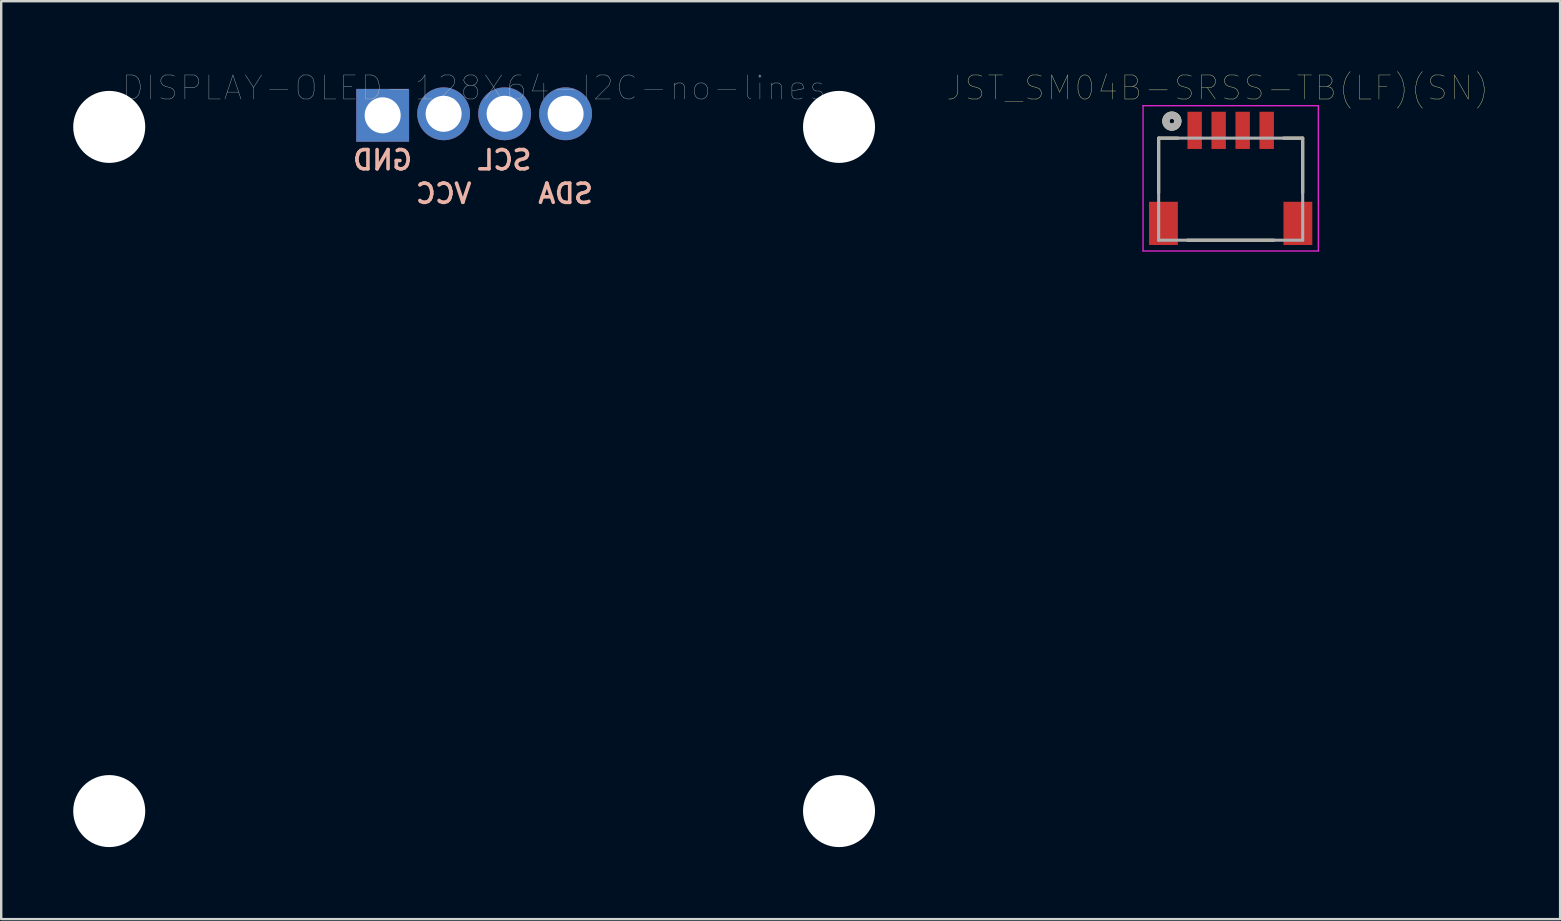
<source format=kicad_pcb>
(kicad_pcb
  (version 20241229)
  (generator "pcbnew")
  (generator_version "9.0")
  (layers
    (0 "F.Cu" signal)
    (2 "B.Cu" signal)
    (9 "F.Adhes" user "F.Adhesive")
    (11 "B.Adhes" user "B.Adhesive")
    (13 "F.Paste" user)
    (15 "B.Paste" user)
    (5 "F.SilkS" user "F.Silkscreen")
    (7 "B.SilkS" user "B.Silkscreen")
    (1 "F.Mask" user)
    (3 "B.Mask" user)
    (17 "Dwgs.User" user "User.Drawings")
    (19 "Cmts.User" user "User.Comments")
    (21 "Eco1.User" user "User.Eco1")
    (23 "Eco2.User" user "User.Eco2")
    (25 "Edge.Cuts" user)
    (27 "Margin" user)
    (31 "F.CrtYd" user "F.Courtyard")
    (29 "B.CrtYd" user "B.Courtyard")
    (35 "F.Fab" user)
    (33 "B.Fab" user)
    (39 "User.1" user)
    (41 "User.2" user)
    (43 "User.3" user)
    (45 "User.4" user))
  (footprint "JST_SM04B-SRSS-TB(LF)(SN)"
    (layer "F.Cu")
    (at 48.214 2.38)
    (property "Reference" "JST_SM04B-SRSS-TB(LF)(SN)" (at -0.545 -1.768 0) (layer "F.SilkS") (effects (font (size 1.001 1.001) (thickness 0.015))))
    (attr through_hole)
    (fp_line (start -3 0.325) (end -3 2.6) (stroke (width 0.127) (type solid)) (layer "F.SilkS"))
    (fp_line (start -2.2 0.325) (end -3 0.325) (stroke (width 0.127) (type solid)) (layer "F.SilkS"))
    (fp_line (start -1.8 4.575) (end 1.8 4.575) (stroke (width 0.127) (type solid)) (layer "F.SilkS"))
    (fp_line (start 2.2 0.325) (end 3 0.325) (stroke (width 0.127) (type solid)) (layer "F.SilkS"))
    (fp_line (start 3 0.325) (end 3 2.6) (stroke (width 0.127) (type solid)) (layer "F.SilkS"))
    (fp_circle (center -2.45 -0.385) (end -2.35 -0.385) (stroke (width 0.3) (type solid)) (fill no) (layer "F.SilkS"))
    (fp_line (start -3.65 -1.025) (end 3.65 -1.025) (stroke (width 0.05) (type solid)) (layer "F.CrtYd"))
    (fp_line (start -3.65 5.025) (end -3.65 -1.025) (stroke (width 0.05) (type solid)) (layer "F.CrtYd"))
    (fp_line (start 3.65 -1.025) (end 3.65 5.025) (stroke (width 0.05) (type solid)) (layer "F.CrtYd"))
    (fp_line (start 3.65 5.025) (end -3.65 5.025) (stroke (width 0.05) (type solid)) (layer "F.CrtYd"))
    (fp_line (start -3 0.325) (end 3 0.325) (stroke (width 0.127) (type solid)) (layer "F.Fab"))
    (fp_line (start -3 4.575) (end -3 0.325) (stroke (width 0.127) (type solid)) (layer "F.Fab"))
    (fp_line (start 3 0.325) (end 3 4.575) (stroke (width 0.127) (type solid)) (layer "F.Fab"))
    (fp_line (start 3 4.575) (end -3 4.575) (stroke (width 0.127) (type solid)) (layer "F.Fab"))
    (fp_circle (center -2.45 -0.385) (end -2.35 -0.385) (stroke (width 0.3) (type solid)) (fill no) (layer "F.Fab"))
    (pad "1" smd rect (at -1.5 0) (size 0.6 1.55) (layers "F.Cu" "F.Mask" "F.Paste"))
    (pad "2" smd rect (at -0.5 0) (size 0.6 1.55) (layers "F.Cu" "F.Mask" "F.Paste"))
    (pad "3" smd rect (at 0.5 0) (size 0.6 1.55) (layers "F.Cu" "F.Mask" "F.Paste"))
    (pad "4" smd rect (at 1.5 0) (size 0.6 1.55) (layers "F.Cu" "F.Mask" "F.Paste"))
    (pad "S1" smd rect (at -2.8 3.875) (size 1.2 1.8) (layers "F.Cu" "F.Mask" "F.Paste"))
    (pad "S2" smd rect (at 2.8 3.875) (size 1.2 1.8) (layers "F.Cu" "F.Mask" "F.Paste")))
  (footprint "DISPLAY-OLED-128X64-I2C-no-lines"
    (layer "F.Cu")
    (at 16.7 16.486)
    (property "Reference" "DISPLAY-OLED-128X64-I2C-no-lines" (at 0 -15.875 0) (layer "Dwgs.User") (effects (font (size 1 1) (thickness 0.015))))
    (attr through_hole)
    (fp_text user "SDA" (at 3.81 -11.471 0) (layer "B.SilkS") (effects (font (size 0.8 0.8) (thickness 0.15)) (justify mirror)))
    (fp_text user "SCL" (at 1.266 -12.868 180) (layer "B.SilkS") (effects (font (size 0.8 0.8) (thickness 0.15)) (justify mirror)))
    (fp_text user "GND" (at -3.814 -12.868 180) (layer "B.SilkS") (effects (font (size 0.8 0.8) (thickness 0.15)) (justify mirror)))
    (fp_text user "VCC" (at -1.27 -11.471 180) (layer "B.SilkS") (effects (font (size 0.8 0.8) (thickness 0.15)) (justify mirror)))
    (pad "" np_thru_hole circle (at -15.2 -14.25) (size 3 3) (drill 3) (layers "*.Cu" "*.Mask"))
    (pad "" np_thru_hole circle (at -15.2 14.25) (size 3 3) (drill 3) (layers "*.Cu" "*.Mask"))
    (pad "" np_thru_hole circle (at 15.2 -14.25) (size 3 3) (drill 3) (layers "*.Cu" "*.Mask"))
    (pad "" np_thru_hole circle (at 15.2 14.25) (size 3 3) (drill 3) (layers "*.Cu" "*.Mask"))
    (pad "1" thru_hole rect (at -3.81 -14.732) (size 2.2 2.2) (drill 1.5) (layers "*.Cu" "B.Mask"))
    (pad "2" thru_hole circle (at -1.27 -14.796) (size 2.2 2.2) (drill 1.5) (layers "*.Cu" "B.Mask"))
    (pad "3" thru_hole circle (at 1.27 -14.796) (size 2.2 2.2) (drill 1.5) (layers "*.Cu" "B.Mask"))
    (pad "4" thru_hole circle (at 3.81 -14.796) (size 2.2 2.2) (drill 1.5) (layers "*.Cu" "B.Mask")))
  (gr_rect
    (start -3 -3)
    (end 61.938 35.236)
    (stroke (width 0.1) (type default))
    (fill no)
    (layer "Edge.Cuts")))
</source>
